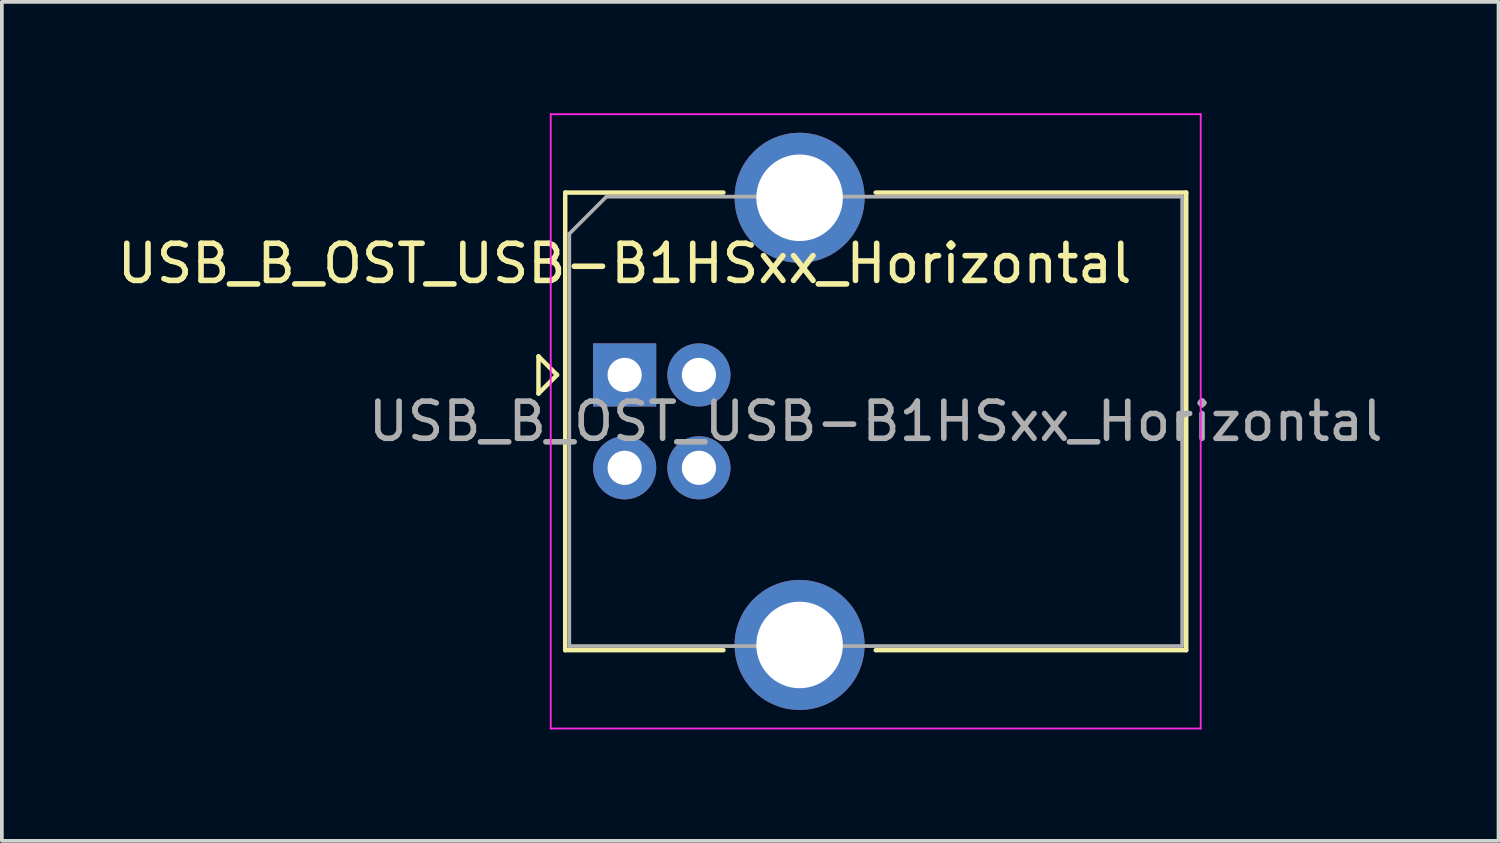
<source format=kicad_pcb>
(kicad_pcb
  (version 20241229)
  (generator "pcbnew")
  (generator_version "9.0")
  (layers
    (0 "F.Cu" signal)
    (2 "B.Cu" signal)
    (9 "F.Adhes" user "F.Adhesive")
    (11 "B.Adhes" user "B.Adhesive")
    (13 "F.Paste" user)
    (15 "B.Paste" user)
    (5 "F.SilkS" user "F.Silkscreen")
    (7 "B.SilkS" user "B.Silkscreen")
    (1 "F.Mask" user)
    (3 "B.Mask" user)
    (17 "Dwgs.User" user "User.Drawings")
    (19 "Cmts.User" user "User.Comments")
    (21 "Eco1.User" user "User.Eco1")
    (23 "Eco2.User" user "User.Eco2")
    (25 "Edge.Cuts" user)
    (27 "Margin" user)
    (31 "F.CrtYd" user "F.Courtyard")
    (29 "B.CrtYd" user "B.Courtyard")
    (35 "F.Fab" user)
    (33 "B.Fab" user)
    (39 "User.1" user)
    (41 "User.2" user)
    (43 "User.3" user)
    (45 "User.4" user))
  (footprint "USB_B_OST_USB-B1HSxx_Horizontal"
    (layer "F.Cu")
    (at 13.768 7.045)
    (property "Reference" "USB_B_OST_USB-B1HSxx_Horizontal" (at 0 -3 0) (layer "F.SilkS") (effects (font (size 1 1) (thickness 0.15))))
    (attr through_hole)
    (fp_line (start -2.32 -0.5) (end -2.32 0.5) (stroke (width 0.12) (type solid)) (layer "F.SilkS"))
    (fp_line (start -2.32 0.5) (end -1.82 0) (stroke (width 0.12) (type solid)) (layer "F.SilkS"))
    (fp_line (start -1.82 0) (end -2.32 -0.5) (stroke (width 0.12) (type solid)) (layer "F.SilkS"))
    (fp_line (start -1.6 -4.91) (end -1.6 7.41) (stroke (width 0.12) (type solid)) (layer "F.SilkS"))
    (fp_line (start -1.6 7.41) (end 2.66 7.41) (stroke (width 0.12) (type solid)) (layer "F.SilkS"))
    (fp_line (start 2.66 -4.91) (end -1.6 -4.91) (stroke (width 0.12) (type solid)) (layer "F.SilkS"))
    (fp_line (start 6.76 -4.91) (end 15.12 -4.91) (stroke (width 0.12) (type solid)) (layer "F.SilkS"))
    (fp_line (start 15.12 -4.91) (end 15.12 7.41) (stroke (width 0.12) (type solid)) (layer "F.SilkS"))
    (fp_line (start 15.12 7.41) (end 6.76 7.41) (stroke (width 0.12) (type solid)) (layer "F.SilkS"))
    (fp_line (start -1.99 -7.02) (end -1.99 9.52) (stroke (width 0.05) (type solid)) (layer "F.CrtYd"))
    (fp_line (start -1.99 9.52) (end 15.51 9.52) (stroke (width 0.05) (type solid)) (layer "F.CrtYd"))
    (fp_line (start 15.51 -7.02) (end -1.99 -7.02) (stroke (width 0.05) (type solid)) (layer "F.CrtYd"))
    (fp_line (start 15.51 9.52) (end 15.51 -7.02) (stroke (width 0.05) (type solid)) (layer "F.CrtYd"))
    (fp_line (start -1.49 -3.8) (end -0.49 -4.8) (stroke (width 0.1) (type solid)) (layer "F.Fab"))
    (fp_line (start -1.49 7.3) (end -1.49 -3.8) (stroke (width 0.1) (type solid)) (layer "F.Fab"))
    (fp_line (start -0.49 -4.8) (end 15.01 -4.8) (stroke (width 0.1) (type solid)) (layer "F.Fab"))
    (fp_line (start 15.01 -4.8) (end 15.01 7.3) (stroke (width 0.1) (type solid)) (layer "F.Fab"))
    (fp_line (start 15.01 7.3) (end -1.49 7.3) (stroke (width 0.1) (type solid)) (layer "F.Fab"))
    (fp_text user "${REFERENCE}" (at 6.76 1.25 0) (layer "F.Fab") (effects (font (size 1 1) (thickness 0.15))))
    (pad "1" thru_hole rect (at 0 0) (size 1.7 1.7) (drill 0.92) (layers "*.Cu" "*.Mask"))
    (pad "2" thru_hole circle (at 0 2.5) (size 1.7 1.7) (drill 0.92) (layers "*.Cu" "*.Mask"))
    (pad "3" thru_hole circle (at 2 2.5) (size 1.7 1.7) (drill 0.92) (layers "*.Cu" "*.Mask"))
    (pad "4" thru_hole circle (at 2 0) (size 1.7 1.7) (drill 0.92) (layers "*.Cu" "*.Mask"))
    (pad "5" thru_hole circle (at 4.71 -4.77) (size 3.5 3.5) (drill 2.33) (layers "*.Cu" "*.Mask"))
    (pad "5" thru_hole circle (at 4.71 7.27) (size 3.5 3.5) (drill 2.33) (layers "*.Cu" "*.Mask")))
  (gr_rect
    (start -3 -3)
    (end 37.296 19.59)
    (stroke (width 0.1) (type default))
    (fill no)
    (layer "Edge.Cuts")))
</source>
